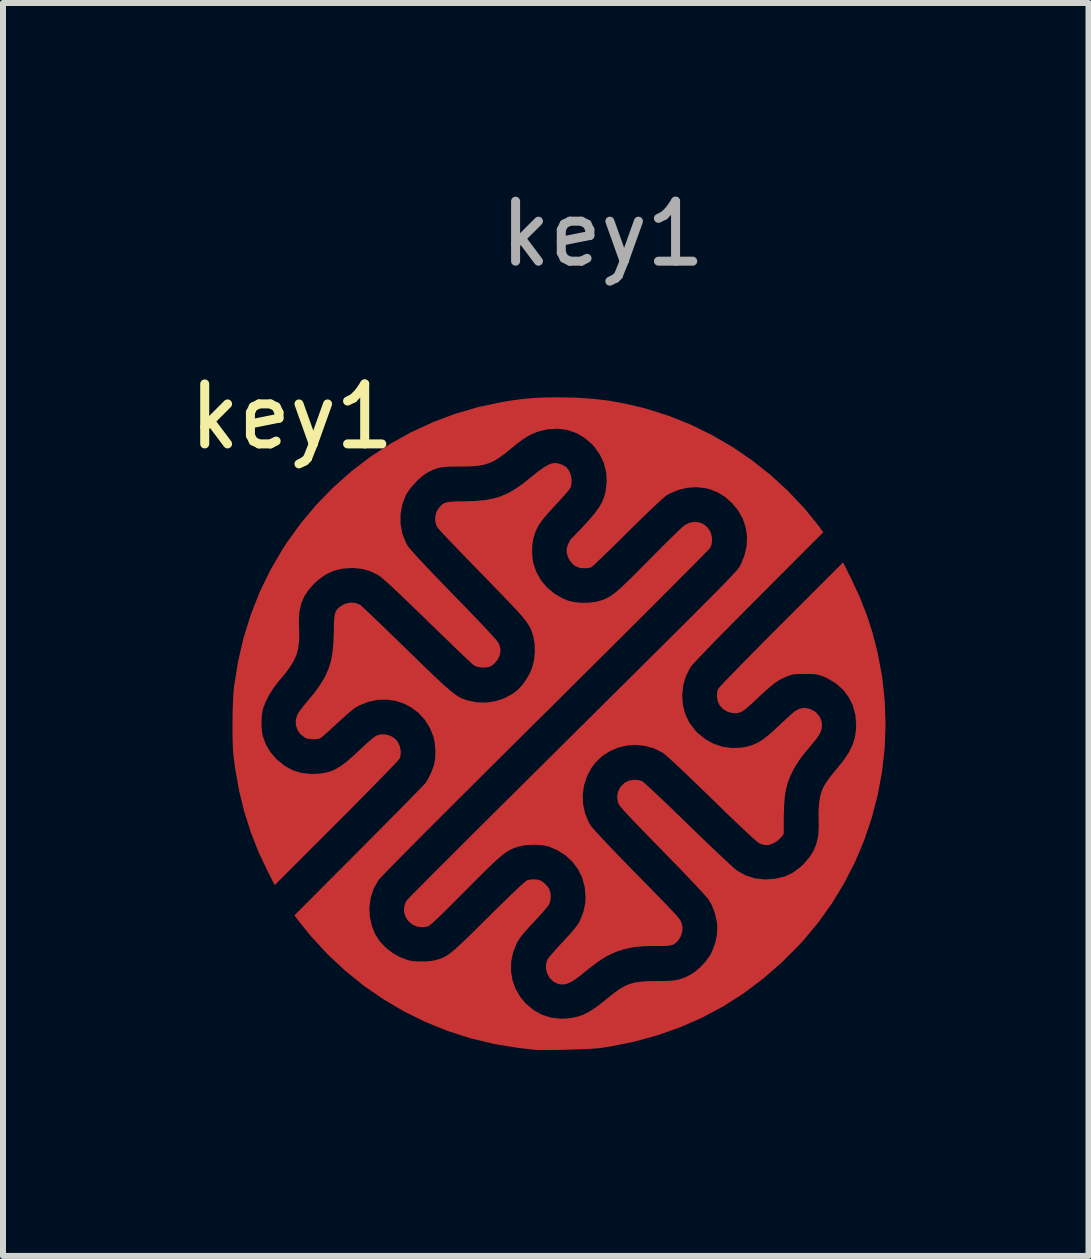
<source format=kicad_pcb>
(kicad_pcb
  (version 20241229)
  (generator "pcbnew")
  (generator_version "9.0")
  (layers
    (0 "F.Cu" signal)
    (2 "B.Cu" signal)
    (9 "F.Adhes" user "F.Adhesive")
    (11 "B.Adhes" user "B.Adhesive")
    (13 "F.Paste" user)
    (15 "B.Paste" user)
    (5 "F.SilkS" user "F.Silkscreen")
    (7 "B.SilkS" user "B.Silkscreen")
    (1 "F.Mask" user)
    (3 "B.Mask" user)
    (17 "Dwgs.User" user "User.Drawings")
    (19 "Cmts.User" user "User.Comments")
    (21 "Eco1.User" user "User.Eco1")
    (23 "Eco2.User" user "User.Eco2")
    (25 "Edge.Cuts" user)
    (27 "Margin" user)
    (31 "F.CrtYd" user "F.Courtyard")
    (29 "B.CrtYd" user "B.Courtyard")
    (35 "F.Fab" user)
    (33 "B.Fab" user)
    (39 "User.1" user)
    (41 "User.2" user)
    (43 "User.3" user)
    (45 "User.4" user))
  (footprint "key1"
    (layer "F.Cu")
    (at 6.235 9.026)
    (property "Reference" "key1" (at -4.42 -5.131 0) (unlocked yes) (layer "F.SilkS") (effects (font (size 1 1) (thickness 0.15))))
    (attr smd)
    (fp_poly (pts (xy 0.324 -5.447) (xy 0.597 -5.429) (xy 0.86 -5.398) (xy 1.121 -5.351) (xy 1.388 -5.289) (xy 1.496 -5.261) (xy 1.868 -5.143) (xy 2.231 -4.997) (xy 2.585 -4.823) (xy 2.926 -4.625) (xy 3.253 -4.402) (xy 3.563 -4.156) (xy 3.853 -3.89) (xy 4.122 -3.605) (xy 4.368 -3.302) (xy 4.402 -3.254) (xy 4.439 -3.204) (xy 3.36 -2.123) (xy 3.159 -1.921) (xy 2.976 -1.737) (xy 2.812 -1.571) (xy 2.667 -1.424) (xy 2.542 -1.295) (xy 2.437 -1.186) (xy 2.353 -1.098) (xy 2.289 -1.029) (xy 2.246 -0.981) (xy 2.226 -0.955) (xy 2.15 -0.808) (xy 2.104 -0.652) (xy 2.088 -0.487) (xy 2.088 -0.48) (xy 2.1 -0.316) (xy 2.139 -0.168) (xy 2.205 -0.032) (xy 2.3 0.094) (xy 2.339 0.136) (xy 2.465 0.24) (xy 2.604 0.319) (xy 2.755 0.37) (xy 2.912 0.393) (xy 3.073 0.387) (xy 3.141 0.375) (xy 3.221 0.355) (xy 3.294 0.329) (xy 3.364 0.294) (xy 3.438 0.246) (xy 3.518 0.183) (xy 3.611 0.102) (xy 3.682 0.036) (xy 3.755 -0.033) (xy 3.825 -0.096) (xy 3.885 -0.152) (xy 3.933 -0.194) (xy 3.963 -0.22) (xy 3.965 -0.221) (xy 4.043 -0.263) (xy 4.127 -0.276) (xy 4.212 -0.261) (xy 4.294 -0.219) (xy 4.321 -0.198) (xy 4.38 -0.128) (xy 4.411 -0.048) (xy 4.417 0.016) (xy 4.411 0.072) (xy 4.393 0.128) (xy 4.359 0.19) (xy 4.307 0.262) (xy 4.24 0.344) (xy 4.154 0.445) (xy 4.086 0.531) (xy 4.03 0.608) (xy 3.983 0.681) (xy 3.94 0.756) (xy 3.889 0.861) (xy 3.849 0.965) (xy 3.819 1.075) (xy 3.799 1.195) (xy 3.787 1.332) (xy 3.781 1.492) (xy 3.78 1.547) (xy 3.779 1.826) (xy 3.732 1.885) (xy 3.674 1.941) (xy 3.604 1.984) (xy 3.533 2.009) (xy 3.494 2.013) (xy 3.445 2.007) (xy 3.39 1.99) (xy 3.377 1.985) (xy 3.352 1.967) (xy 3.305 1.929) (xy 3.238 1.869) (xy 3.151 1.788) (xy 3.042 1.686) (xy 2.912 1.562) (xy 2.761 1.416) (xy 2.589 1.248) (xy 2.578 1.238) (xy 2.416 1.08) (xy 2.268 0.938) (xy 2.138 0.813) (xy 2.025 0.706) (xy 1.929 0.617) (xy 1.853 0.548) (xy 1.797 0.499) (xy 1.761 0.471) (xy 1.756 0.468) (xy 1.614 0.399) (xy 1.465 0.357) (xy 1.313 0.341) (xy 1.162 0.352) (xy 1.016 0.387) (xy 0.878 0.447) (xy 0.752 0.529) (xy 0.642 0.634) (xy 0.58 0.716) (xy 0.502 0.859) (xy 0.452 1.01) (xy 0.429 1.166) (xy 0.434 1.323) (xy 0.466 1.476) (xy 0.525 1.622) (xy 0.562 1.686) (xy 0.583 1.712) (xy 0.624 1.759) (xy 0.682 1.823) (xy 0.755 1.902) (xy 0.842 1.994) (xy 0.94 2.097) (xy 1.048 2.209) (xy 1.162 2.327) (xy 1.251 2.418) (xy 1.4 2.57) (xy 1.529 2.702) (xy 1.64 2.815) (xy 1.734 2.912) (xy 1.812 2.993) (xy 1.876 3.06) (xy 1.928 3.115) (xy 1.969 3.159) (xy 2.001 3.195) (xy 2.024 3.223) (xy 2.042 3.246) (xy 2.055 3.265) (xy 2.065 3.281) (xy 2.068 3.287) (xy 2.091 3.365) (xy 2.089 3.449) (xy 2.063 3.533) (xy 2.014 3.609) (xy 2.01 3.612) (xy 1.979 3.644) (xy 1.946 3.666) (xy 1.906 3.681) (xy 1.854 3.69) (xy 1.783 3.694) (xy 1.689 3.694) (xy 1.661 3.693) (xy 1.462 3.696) (xy 1.285 3.712) (xy 1.126 3.744) (xy 0.977 3.793) (xy 0.833 3.861) (xy 0.689 3.951) (xy 0.538 4.065) (xy 0.482 4.11) (xy 0.38 4.194) (xy 0.294 4.256) (xy 0.222 4.299) (xy 0.159 4.325) (xy 0.102 4.335) (xy 0.047 4.332) (xy 0.011 4.323) (xy -0.062 4.286) (xy -0.121 4.227) (xy -0.163 4.153) (xy -0.185 4.072) (xy -0.183 3.989) (xy -0.16 3.919) (xy -0.143 3.894) (xy -0.107 3.85) (xy -0.057 3.793) (xy 0.003 3.725) (xy 0.071 3.651) (xy 0.098 3.623) (xy 0.186 3.527) (xy 0.255 3.449) (xy 0.308 3.385) (xy 0.347 3.332) (xy 0.374 3.286) (xy 0.38 3.275) (xy 0.439 3.129) (xy 0.47 2.984) (xy 0.476 2.876) (xy 0.462 2.71) (xy 0.419 2.555) (xy 0.351 2.415) (xy 0.257 2.289) (xy 0.141 2.182) (xy 0.002 2.095) (xy -0.139 2.035) (xy -0.227 2.015) (xy -0.333 2.006) (xy -0.446 2.007) (xy -0.557 2.018) (xy -0.653 2.039) (xy -0.656 2.04) (xy -0.701 2.056) (xy -0.745 2.073) (xy -0.787 2.094) (xy -0.831 2.12) (xy -0.879 2.153) (xy -0.932 2.195) (xy -0.994 2.248) (xy -1.065 2.314) (xy -1.149 2.394) (xy -1.248 2.491) (xy -1.362 2.605) (xy -1.496 2.74) (xy -1.532 2.776) (xy -1.664 2.908) (xy -1.776 3.02) (xy -1.869 3.113) (xy -1.947 3.189) (xy -2.01 3.249) (xy -2.06 3.295) (xy -2.099 3.328) (xy -2.128 3.351) (xy -2.15 3.364) (xy -2.161 3.369) (xy -2.25 3.382) (xy -2.336 3.369) (xy -2.413 3.334) (xy -2.478 3.28) (xy -2.525 3.21) (xy -2.549 3.129) (xy -2.551 3.065) (xy -2.535 2.993) (xy -2.507 2.934) (xy -2.493 2.919) (xy -2.458 2.882) (xy -2.403 2.826) (xy -2.329 2.752) (xy -2.238 2.66) (xy -2.13 2.551) (xy -2.006 2.427) (xy -1.867 2.289) (xy -1.715 2.137) (xy -1.551 1.973) (xy -1.375 1.797) (xy -1.188 1.611) (xy -0.992 1.416) (xy -0.787 1.213) (xy -0.575 1.002) (xy -0.357 0.785) (xy -0.185 0.615) (xy 0.127 0.305) (xy 0.418 0.016) (xy 0.689 -0.253) (xy 0.94 -0.503) (xy 1.173 -0.733) (xy 1.387 -0.946) (xy 1.584 -1.142) (xy 1.765 -1.322) (xy 1.929 -1.485) (xy 2.079 -1.634) (xy 2.214 -1.769) (xy 2.336 -1.891) (xy 2.445 -2) (xy 2.541 -2.097) (xy 2.627 -2.183) (xy 2.702 -2.259) (xy 2.767 -2.325) (xy 2.823 -2.383) (xy 2.871 -2.433) (xy 2.911 -2.475) (xy 2.944 -2.511) (xy 2.971 -2.541) (xy 2.994 -2.566) (xy 3.011 -2.587) (xy 3.025 -2.604) (xy 3.035 -2.619) (xy 3.044 -2.632) (xy 3.051 -2.644) (xy 3.057 -2.655) (xy 3.06 -2.661) (xy 3.125 -2.817) (xy 3.161 -2.975) (xy 3.168 -3.132) (xy 3.145 -3.285) (xy 3.095 -3.433) (xy 3.016 -3.571) (xy 2.91 -3.698) (xy 2.909 -3.698) (xy 2.797 -3.796) (xy 2.68 -3.868) (xy 2.552 -3.919) (xy 2.474 -3.938) (xy 2.327 -3.955) (xy 2.173 -3.945) (xy 2.022 -3.909) (xy 1.88 -3.849) (xy 1.827 -3.819) (xy 1.8 -3.798) (xy 1.753 -3.757) (xy 1.69 -3.699) (xy 1.611 -3.626) (xy 1.52 -3.539) (xy 1.418 -3.441) (xy 1.309 -3.334) (xy 1.193 -3.22) (xy 1.177 -3.204) (xy 1.067 -3.094) (xy 0.962 -2.991) (xy 0.865 -2.897) (xy 0.778 -2.813) (xy 0.704 -2.741) (xy 0.644 -2.684) (xy 0.601 -2.645) (xy 0.576 -2.623) (xy 0.573 -2.621) (xy 0.522 -2.607) (xy 0.456 -2.603) (xy 0.387 -2.609) (xy 0.349 -2.619) (xy 0.284 -2.654) (xy 0.228 -2.711) (xy 0.186 -2.781) (xy 0.162 -2.857) (xy 0.161 -2.928) (xy 0.162 -2.933) (xy 0.176 -2.979) (xy 0.197 -3.029) (xy 0.221 -3.074) (xy 0.241 -3.101) (xy 0.245 -3.104) (xy 0.26 -3.118) (xy 0.292 -3.151) (xy 0.338 -3.199) (xy 0.395 -3.258) (xy 0.459 -3.326) (xy 0.465 -3.333) (xy 0.565 -3.444) (xy 0.644 -3.54) (xy 0.705 -3.626) (xy 0.751 -3.707) (xy 0.783 -3.787) (xy 0.806 -3.87) (xy 0.808 -3.878) (xy 0.828 -4.044) (xy 0.819 -4.204) (xy 0.781 -4.357) (xy 0.713 -4.5) (xy 0.619 -4.632) (xy 0.577 -4.677) (xy 0.453 -4.782) (xy 0.316 -4.86) (xy 0.169 -4.909) (xy 0.013 -4.929) (xy -0.149 -4.92) (xy -0.251 -4.899) (xy -0.336 -4.874) (xy -0.415 -4.842) (xy -0.493 -4.801) (xy -0.576 -4.747) (xy -0.67 -4.677) (xy -0.758 -4.605) (xy -0.866 -4.517) (xy -0.961 -4.447) (xy -1.048 -4.394) (xy -1.133 -4.355) (xy -1.222 -4.328) (xy -1.321 -4.311) (xy -1.437 -4.302) (xy -1.574 -4.299) (xy -1.645 -4.299) (xy -1.763 -4.298) (xy -1.858 -4.293) (xy -1.935 -4.284) (xy -2.002 -4.268) (xy -2.066 -4.245) (xy -2.133 -4.212) (xy -2.163 -4.196) (xy -2.236 -4.146) (xy -2.315 -4.078) (xy -2.392 -3.998) (xy -2.46 -3.915) (xy -2.511 -3.838) (xy -2.521 -3.819) (xy -2.579 -3.664) (xy -2.608 -3.505) (xy -2.608 -3.346) (xy -2.58 -3.189) (xy -2.523 -3.04) (xy -2.486 -2.973) (xy -2.463 -2.943) (xy -2.42 -2.892) (xy -2.356 -2.821) (xy -2.273 -2.731) (xy -2.172 -2.624) (xy -2.053 -2.499) (xy -1.918 -2.359) (xy -1.767 -2.203) (xy -1.715 -2.149) (xy -1.559 -1.989) (xy -1.424 -1.849) (xy -1.308 -1.728) (xy -1.211 -1.626) (xy -1.132 -1.541) (xy -1.069 -1.472) (xy -1.022 -1.419) (xy -0.99 -1.379) (xy -0.971 -1.352) (xy -0.966 -1.344) (xy -0.942 -1.256) (xy -0.949 -1.169) (xy -0.984 -1.087) (xy -1.047 -1.012) (xy -1.084 -0.981) (xy -1.137 -0.957) (xy -1.207 -0.947) (xy -1.282 -0.951) (xy -1.35 -0.967) (xy -1.39 -0.988) (xy -1.41 -1.005) (xy -1.45 -1.042) (xy -1.508 -1.097) (xy -1.582 -1.167) (xy -1.67 -1.251) (xy -1.77 -1.348) (xy -1.88 -1.454) (xy -1.998 -1.568) (xy -2.122 -1.688) (xy -2.161 -1.727) (xy -2.33 -1.891) (xy -2.478 -2.034) (xy -2.606 -2.156) (xy -2.714 -2.258) (xy -2.803 -2.341) (xy -2.875 -2.405) (xy -2.929 -2.451) (xy -2.966 -2.48) (xy -2.975 -2.486) (xy -3.107 -2.552) (xy -3.243 -2.592) (xy -3.391 -2.607) (xy -3.41 -2.608) (xy -3.573 -2.597) (xy -3.719 -2.562) (xy -3.853 -2.5) (xy -3.979 -2.411) (xy -4.051 -2.344) (xy -4.145 -2.238) (xy -4.215 -2.129) (xy -4.264 -2.013) (xy -4.293 -1.884) (xy -4.303 -1.737) (xy -4.3 -1.626) (xy -4.296 -1.485) (xy -4.301 -1.363) (xy -4.317 -1.255) (xy -4.345 -1.156) (xy -4.388 -1.059) (xy -4.449 -0.96) (xy -4.528 -0.852) (xy -4.629 -0.731) (xy -4.638 -0.72) (xy -4.724 -0.61) (xy -4.798 -0.493) (xy -4.858 -0.375) (xy -4.899 -0.265) (xy -4.91 -0.221) (xy -4.922 -0.135) (xy -4.926 -0.035) (xy -4.923 0.066) (xy -4.913 0.156) (xy -4.904 0.197) (xy -4.854 0.334) (xy -4.78 0.458) (xy -4.679 0.575) (xy -4.672 0.582) (xy -4.545 0.686) (xy -4.41 0.761) (xy -4.264 0.807) (xy -4.106 0.825) (xy -4.018 0.824) (xy -3.923 0.815) (xy -3.837 0.8) (xy -3.758 0.776) (xy -3.681 0.74) (xy -3.601 0.691) (xy -3.514 0.626) (xy -3.417 0.542) (xy -3.304 0.438) (xy -3.292 0.427) (xy -3.221 0.36) (xy -3.153 0.299) (xy -3.094 0.248) (xy -3.049 0.211) (xy -3.02 0.191) (xy -3.019 0.19) (xy -2.94 0.165) (xy -2.855 0.167) (xy -2.772 0.191) (xy -2.7 0.238) (xy -2.653 0.291) (xy -2.62 0.364) (xy -2.604 0.445) (xy -2.609 0.524) (xy -2.623 0.568) (xy -2.638 0.587) (xy -2.673 0.625) (xy -2.726 0.683) (xy -2.797 0.757) (xy -2.884 0.846) (xy -2.985 0.95) (xy -3.099 1.066) (xy -3.224 1.193) (xy -3.359 1.33) (xy -3.502 1.474) (xy -3.652 1.624) (xy -3.677 1.649) (xy -4.706 2.678) (xy -4.815 2.465) (xy -4.973 2.132) (xy -5.105 1.797) (xy -5.214 1.454) (xy -5.301 1.098) (xy -5.367 0.725) (xy -5.391 0.544) (xy -5.399 0.456) (xy -5.405 0.343) (xy -5.408 0.213) (xy -5.41 0.071) (xy -5.409 -0.076) (xy -5.407 -0.223) (xy -5.402 -0.362) (xy -5.396 -0.487) (xy -5.388 -0.592) (xy -5.383 -0.634) (xy -5.317 -1.05) (xy -5.223 -1.452) (xy -5.101 -1.841) (xy -4.952 -2.217) (xy -4.775 -2.579) (xy -4.57 -2.929) (xy -4.506 -3.028) (xy -4.268 -3.357) (xy -4.008 -3.666) (xy -3.727 -3.954) (xy -3.427 -4.22) (xy -3.11 -4.462) (xy -2.776 -4.68) (xy -2.428 -4.873) (xy -2.066 -5.04) (xy -1.692 -5.18) (xy -1.308 -5.292) (xy -0.915 -5.375) (xy -0.878 -5.381) (xy -0.727 -5.405) (xy -0.592 -5.423) (xy -0.466 -5.436) (xy -0.339 -5.445) (xy -0.203 -5.45) (xy -0.048 -5.453) (xy 0.03 -5.453)) (stroke (width 0) (type solid)) (fill yes) (layer "F.Cu"))
    (fp_poly (pts (xy 0.029 -4.349) (xy 0.097 -4.324) (xy 0.153 -4.29) (xy 0.158 -4.286) (xy 0.204 -4.225) (xy 0.234 -4.148) (xy 0.245 -4.065) (xy 0.237 -3.985) (xy 0.221 -3.94) (xy 0.203 -3.915) (xy 0.168 -3.871) (xy 0.118 -3.814) (xy 0.057 -3.746) (xy -0.011 -3.672) (xy -0.037 -3.644) (xy -0.132 -3.541) (xy -0.206 -3.455) (xy -0.264 -3.381) (xy -0.309 -3.314) (xy -0.343 -3.25) (xy -0.369 -3.183) (xy -0.391 -3.11) (xy -0.393 -3.105) (xy -0.41 -3) (xy -0.415 -2.881) (xy -0.407 -2.761) (xy -0.393 -2.683) (xy -0.343 -2.537) (xy -0.266 -2.402) (xy -0.166 -2.283) (xy -0.045 -2.181) (xy 0.095 -2.101) (xy 0.184 -2.064) (xy 0.289 -2.039) (xy 0.41 -2.027) (xy 0.536 -2.029) (xy 0.655 -2.046) (xy 0.716 -2.061) (xy 0.764 -2.077) (xy 0.809 -2.096) (xy 0.853 -2.118) (xy 0.899 -2.146) (xy 0.949 -2.181) (xy 1.005 -2.226) (xy 1.069 -2.283) (xy 1.144 -2.354) (xy 1.233 -2.439) (xy 1.336 -2.542) (xy 1.457 -2.664) (xy 1.542 -2.75) (xy 1.648 -2.857) (xy 1.749 -2.959) (xy 1.844 -3.053) (xy 1.929 -3.136) (xy 2.001 -3.207) (xy 2.06 -3.263) (xy 2.102 -3.302) (xy 2.124 -3.32) (xy 2.209 -3.363) (xy 2.295 -3.377) (xy 2.377 -3.367) (xy 2.452 -3.333) (xy 2.514 -3.279) (xy 2.56 -3.207) (xy 2.583 -3.119) (xy 2.585 -3.078) (xy 2.577 -3.001) (xy 2.551 -2.941) (xy 2.537 -2.925) (xy 2.502 -2.889) (xy 2.447 -2.833) (xy 2.373 -2.757) (xy 2.282 -2.664) (xy 2.172 -2.555) (xy 2.047 -2.429) (xy 1.907 -2.288) (xy 1.752 -2.133) (xy 1.584 -1.964) (xy 1.403 -1.784) (xy 1.211 -1.592) (xy 1.008 -1.39) (xy 0.796 -1.179) (xy 0.575 -0.959) (xy 0.346 -0.732) (xy 0.111 -0.498) (xy -0.13 -0.258) (xy -0.201 -0.188) (xy -0.537 0.145) (xy -0.851 0.457) (xy -1.143 0.748) (xy -1.413 1.017) (xy -1.662 1.265) (xy -1.889 1.492) (xy -2.095 1.697) (xy -2.279 1.882) (xy -2.441 2.045) (xy -2.582 2.188) (xy -2.702 2.309) (xy -2.801 2.41) (xy -2.878 2.49) (xy -2.934 2.549) (xy -2.969 2.588) (xy -2.982 2.604) (xy -3.058 2.743) (xy -3.106 2.893) (xy -3.127 3.049) (xy -3.12 3.207) (xy -3.085 3.363) (xy -3.031 3.496) (xy -2.958 3.61) (xy -2.86 3.716) (xy -2.744 3.807) (xy -2.615 3.88) (xy -2.48 3.93) (xy -2.478 3.931) (xy -2.4 3.945) (xy -2.303 3.951) (xy -2.201 3.951) (xy -2.105 3.944) (xy -2.033 3.931) (xy -1.986 3.918) (xy -1.944 3.904) (xy -1.905 3.889) (xy -1.865 3.869) (xy -1.824 3.844) (xy -1.778 3.811) (xy -1.726 3.769) (xy -1.665 3.716) (xy -1.593 3.649) (xy -1.509 3.569) (xy -1.409 3.472) (xy -1.293 3.356) (xy -1.156 3.221) (xy -1.147 3.212) (xy -1.027 3.093) (xy -0.914 2.983) (xy -0.811 2.882) (xy -0.719 2.794) (xy -0.641 2.72) (xy -0.578 2.662) (xy -0.532 2.622) (xy -0.505 2.601) (xy -0.501 2.598) (xy -0.446 2.586) (xy -0.38 2.582) (xy -0.318 2.587) (xy -0.275 2.6) (xy -0.217 2.64) (xy -0.162 2.695) (xy -0.128 2.745) (xy -0.109 2.807) (xy -0.104 2.882) (xy -0.114 2.955) (xy -0.131 2.998) (xy -0.149 3.025) (xy -0.186 3.07) (xy -0.237 3.129) (xy -0.298 3.198) (xy -0.366 3.272) (xy -0.387 3.294) (xy -0.473 3.386) (xy -0.539 3.461) (xy -0.59 3.523) (xy -0.628 3.575) (xy -0.658 3.622) (xy -0.671 3.647) (xy -0.732 3.801) (xy -0.764 3.957) (xy -0.767 4.113) (xy -0.742 4.266) (xy -0.688 4.412) (xy -0.608 4.548) (xy -0.517 4.655) (xy -0.391 4.76) (xy -0.254 4.837) (xy -0.106 4.886) (xy 0.051 4.905) (xy 0.144 4.903) (xy 0.25 4.891) (xy 0.347 4.87) (xy 0.44 4.837) (xy 0.534 4.789) (xy 0.635 4.725) (xy 0.747 4.641) (xy 0.838 4.567) (xy 0.943 4.483) (xy 1.035 4.416) (xy 1.12 4.365) (xy 1.204 4.328) (xy 1.293 4.303) (xy 1.394 4.288) (xy 1.513 4.28) (xy 1.655 4.277) (xy 1.678 4.277) (xy 1.797 4.276) (xy 1.892 4.272) (xy 1.969 4.264) (xy 2.034 4.251) (xy 2.096 4.231) (xy 2.16 4.204) (xy 2.208 4.18) (xy 2.301 4.122) (xy 2.394 4.041) (xy 2.48 3.948) (xy 2.55 3.849) (xy 2.579 3.795) (xy 2.637 3.643) (xy 2.668 3.492) (xy 2.671 3.347) (xy 2.666 3.307) (xy 2.632 3.147) (xy 2.578 3.008) (xy 2.529 2.923) (xy 2.507 2.895) (xy 2.466 2.848) (xy 2.408 2.784) (xy 2.335 2.705) (xy 2.25 2.615) (xy 2.155 2.515) (xy 2.053 2.408) (xy 1.945 2.297) (xy 1.931 2.283) (xy 1.771 2.119) (xy 1.631 1.976) (xy 1.51 1.851) (xy 1.406 1.744) (xy 1.318 1.653) (xy 1.245 1.577) (xy 1.185 1.513) (xy 1.137 1.461) (xy 1.099 1.419) (xy 1.07 1.385) (xy 1.049 1.358) (xy 1.035 1.337) (xy 1.025 1.32) (xy 1.018 1.305) (xy 1.016 1.299) (xy 1.002 1.21) (xy 1.016 1.122) (xy 1.057 1.043) (xy 1.122 0.976) (xy 1.135 0.967) (xy 1.201 0.936) (xy 1.28 0.923) (xy 1.359 0.927) (xy 1.42 0.946) (xy 1.44 0.962) (xy 1.48 0.997) (xy 1.539 1.05) (xy 1.613 1.119) (xy 1.701 1.202) (xy 1.801 1.297) (xy 1.911 1.402) (xy 2.029 1.516) (xy 2.153 1.636) (xy 2.193 1.675) (xy 2.32 1.798) (xy 2.442 1.916) (xy 2.558 2.027) (xy 2.666 2.13) (xy 2.763 2.221) (xy 2.847 2.299) (xy 2.916 2.363) (xy 2.968 2.409) (xy 3.001 2.436) (xy 3.007 2.44) (xy 3.146 2.517) (xy 3.294 2.564) (xy 3.454 2.583) (xy 3.482 2.583) (xy 3.646 2.571) (xy 3.794 2.535) (xy 3.929 2.472) (xy 4.052 2.382) (xy 4.123 2.314) (xy 4.215 2.205) (xy 4.283 2.093) (xy 4.329 1.972) (xy 4.356 1.839) (xy 4.363 1.687) (xy 4.361 1.606) (xy 4.359 1.457) (xy 4.368 1.32) (xy 4.387 1.199) (xy 4.408 1.122) (xy 4.437 1.053) (xy 4.48 0.977) (xy 4.54 0.891) (xy 4.62 0.791) (xy 4.673 0.728) (xy 4.781 0.592) (xy 4.864 0.466) (xy 4.925 0.344) (xy 4.964 0.222) (xy 4.983 0.095) (xy 4.987 0.005) (xy 4.973 -0.162) (xy 4.931 -0.315) (xy 4.863 -0.454) (xy 4.77 -0.577) (xy 4.653 -0.681) (xy 4.513 -0.766) (xy 4.439 -0.799) (xy 4.391 -0.817) (xy 4.349 -0.828) (xy 4.304 -0.836) (xy 4.249 -0.84) (xy 4.174 -0.841) (xy 4.133 -0.841) (xy 4.048 -0.841) (xy 3.986 -0.839) (xy 3.939 -0.834) (xy 3.899 -0.824) (xy 3.857 -0.81) (xy 3.825 -0.797) (xy 3.768 -0.772) (xy 3.716 -0.746) (xy 3.666 -0.715) (xy 3.613 -0.677) (xy 3.553 -0.628) (xy 3.482 -0.566) (xy 3.396 -0.487) (xy 3.337 -0.432) (xy 3.251 -0.351) (xy 3.182 -0.29) (xy 3.128 -0.245) (xy 3.083 -0.215) (xy 3.043 -0.197) (xy 3.006 -0.188) (xy 2.965 -0.187) (xy 2.918 -0.191) (xy 2.915 -0.191) (xy 2.831 -0.216) (xy 2.756 -0.267) (xy 2.709 -0.322) (xy 2.679 -0.387) (xy 2.665 -0.465) (xy 2.669 -0.541) (xy 2.684 -0.59) (xy 2.698 -0.608) (xy 2.733 -0.646) (xy 2.786 -0.704) (xy 2.857 -0.778) (xy 2.944 -0.867) (xy 3.045 -0.971) (xy 3.159 -1.087) (xy 3.284 -1.214) (xy 3.419 -1.351) (xy 3.562 -1.495) (xy 3.712 -1.645) (xy 3.739 -1.672) (xy 4.769 -2.702) (xy 4.906 -2.426) (xy 5.046 -2.124) (xy 5.163 -1.828) (xy 5.26 -1.528) (xy 5.341 -1.214) (xy 5.347 -1.186) (xy 5.42 -0.792) (xy 5.463 -0.396) (xy 5.477 0.001) (xy 5.462 0.396) (xy 5.418 0.788) (xy 5.346 1.175) (xy 5.247 1.556) (xy 5.122 1.928) (xy 4.969 2.291) (xy 4.79 2.641) (xy 4.586 2.978) (xy 4.357 3.3) (xy 4.103 3.604) (xy 4.044 3.669) (xy 3.746 3.968) (xy 3.436 4.238) (xy 3.112 4.482) (xy 2.774 4.698) (xy 2.423 4.886) (xy 2.056 5.047) (xy 1.675 5.182) (xy 1.279 5.29) (xy 0.867 5.372) (xy 0.723 5.394) (xy 0.663 5.4) (xy 0.579 5.406) (xy 0.476 5.411) (xy 0.359 5.416) (xy 0.234 5.42) (xy 0.106 5.424) (xy -0.019 5.426) (xy -0.136 5.427) (xy -0.24 5.427) (xy -0.325 5.426) (xy -0.386 5.422) (xy -0.393 5.422) (xy -0.433 5.417) (xy -0.494 5.41) (xy -0.569 5.401) (xy -0.647 5.392) (xy -1.047 5.327) (xy -1.438 5.233) (xy -1.82 5.111) (xy -2.191 4.961) (xy -2.549 4.785) (xy -2.893 4.582) (xy -3.222 4.355) (xy -3.534 4.103) (xy -3.828 3.828) (xy -4.102 3.53) (xy -4.28 3.31) (xy -4.378 3.183) (xy -3.3 2.102) (xy -3.148 1.949) (xy -3.002 1.802) (xy -2.863 1.662) (xy -2.733 1.53) (xy -2.613 1.409) (xy -2.504 1.299) (xy -2.41 1.202) (xy -2.33 1.12) (xy -2.266 1.055) (xy -2.22 1.007) (xy -2.194 0.979) (xy -2.189 0.972) (xy -2.142 0.893) (xy -2.097 0.801) (xy -2.062 0.71) (xy -2.047 0.659) (xy -2.03 0.554) (xy -2.027 0.434) (xy -2.037 0.315) (xy -2.059 0.208) (xy -2.06 0.204) (xy -2.121 0.054) (xy -2.204 -0.078) (xy -2.306 -0.19) (xy -2.424 -0.28) (xy -2.555 -0.349) (xy -2.696 -0.394) (xy -2.844 -0.414) (xy -2.996 -0.409) (xy -3.148 -0.376) (xy -3.298 -0.316) (xy -3.351 -0.287) (xy -3.385 -0.263) (xy -3.436 -0.222) (xy -3.5 -0.167) (xy -3.573 -0.103) (xy -3.649 -0.033) (xy -3.666 -0.017) (xy -3.74 0.051) (xy -3.807 0.113) (xy -3.866 0.165) (xy -3.911 0.204) (xy -3.939 0.226) (xy -3.943 0.229) (xy -3.99 0.243) (xy -4.054 0.248) (xy -4.121 0.244) (xy -4.178 0.232) (xy -4.195 0.224) (xy -4.272 0.168) (xy -4.325 0.096) (xy -4.353 0.012) (xy -4.354 -0.077) (xy -4.328 -0.164) (xy -4.306 -0.2) (xy -4.27 -0.251) (xy -4.222 -0.312) (xy -4.17 -0.376) (xy -4.166 -0.38) (xy -4.045 -0.526) (xy -3.948 -0.661) (xy -3.871 -0.789) (xy -3.812 -0.918) (xy -3.77 -1.051) (xy -3.743 -1.197) (xy -3.727 -1.359) (xy -3.721 -1.542) (xy -3.719 -1.654) (xy -3.716 -1.74) (xy -3.709 -1.805) (xy -3.699 -1.854) (xy -3.684 -1.891) (xy -3.662 -1.922) (xy -3.633 -1.95) (xy -3.619 -1.962) (xy -3.544 -2.008) (xy -3.46 -2.03) (xy -3.375 -2.028) (xy -3.297 -2.002) (xy -3.273 -1.987) (xy -3.254 -1.97) (xy -3.214 -1.933) (xy -3.156 -1.879) (xy -3.083 -1.809) (xy -2.995 -1.725) (xy -2.895 -1.629) (xy -2.786 -1.523) (xy -2.668 -1.409) (xy -2.544 -1.289) (xy -2.504 -1.25) (xy -2.35 -1.1) (xy -2.217 -0.97) (xy -2.101 -0.859) (xy -2.002 -0.765) (xy -1.917 -0.686) (xy -1.844 -0.62) (xy -1.782 -0.567) (xy -1.729 -0.524) (xy -1.682 -0.49) (xy -1.641 -0.464) (xy -1.602 -0.443) (xy -1.565 -0.426) (xy -1.526 -0.412) (xy -1.495 -0.402) (xy -1.339 -0.369) (xy -1.181 -0.365) (xy -1.025 -0.388) (xy -0.876 -0.437) (xy -0.739 -0.512) (xy -0.66 -0.572) (xy -0.583 -0.652) (xy -0.511 -0.753) (xy -0.449 -0.864) (xy -0.41 -0.961) (xy -0.382 -1.077) (xy -0.37 -1.208) (xy -0.374 -1.339) (xy -0.394 -1.457) (xy -0.408 -1.507) (xy -0.423 -1.553) (xy -0.441 -1.598) (xy -0.465 -1.642) (xy -0.495 -1.69) (xy -0.534 -1.743) (xy -0.584 -1.804) (xy -0.646 -1.875) (xy -0.723 -1.958) (xy -0.816 -2.055) (xy -0.926 -2.17) (xy -1.056 -2.304) (xy -1.219 -2.472) (xy -1.362 -2.619) (xy -1.487 -2.747) (xy -1.593 -2.857) (xy -1.684 -2.951) (xy -1.76 -3.03) (xy -1.823 -3.096) (xy -1.874 -3.15) (xy -1.914 -3.193) (xy -1.946 -3.228) (xy -1.969 -3.255) (xy -1.986 -3.276) (xy -1.998 -3.292) (xy -2.006 -3.306) (xy -2.009 -3.311) (xy -2.03 -3.383) (xy -2.03 -3.464) (xy -2.01 -3.543) (xy -1.976 -3.601) (xy -1.944 -3.638) (xy -1.914 -3.667) (xy -1.881 -3.688) (xy -1.841 -3.702) (xy -1.787 -3.711) (xy -1.717 -3.716) (xy -1.623 -3.719) (xy -1.535 -3.72) (xy -1.352 -3.726) (xy -1.194 -3.741) (xy -1.053 -3.768) (xy -0.924 -3.808) (xy -0.801 -3.863) (xy -0.677 -3.937) (xy -0.546 -4.031) (xy -0.422 -4.132) (xy -0.315 -4.218) (xy -0.225 -4.282) (xy -0.15 -4.326) (xy -0.087 -4.351) (xy -0.035 -4.359)) (stroke (width 0) (type solid)) (fill yes) (layer "F.Cu"))
    (fp_circle (center 0 0) (end 5.8 0) (stroke (width 0.12) (type solid)) (fill yes) (layer "F.Mask"))
    (fp_text user "${REFERENCE}" (at 0.762 -8.177 0) (unlocked yes) (layer "F.Fab") (effects (font (size 1 1) (thickness 0.15))))
    (pad "1" smd rect (at -4.47 1.448) (size 1 1) (layers "F.Cu" "F.Mask" "F.Paste"))
    (pad "2" smd rect (at 4.572 -1.448) (size 1 1) (layers "F.Cu" "F.Mask" "F.Paste")))
  (gr_rect
    (start -3 -3)
    (end 15.095 17.886)
    (stroke (width 0.1) (type default))
    (fill no)
    (layer "Edge.Cuts")))
</source>
